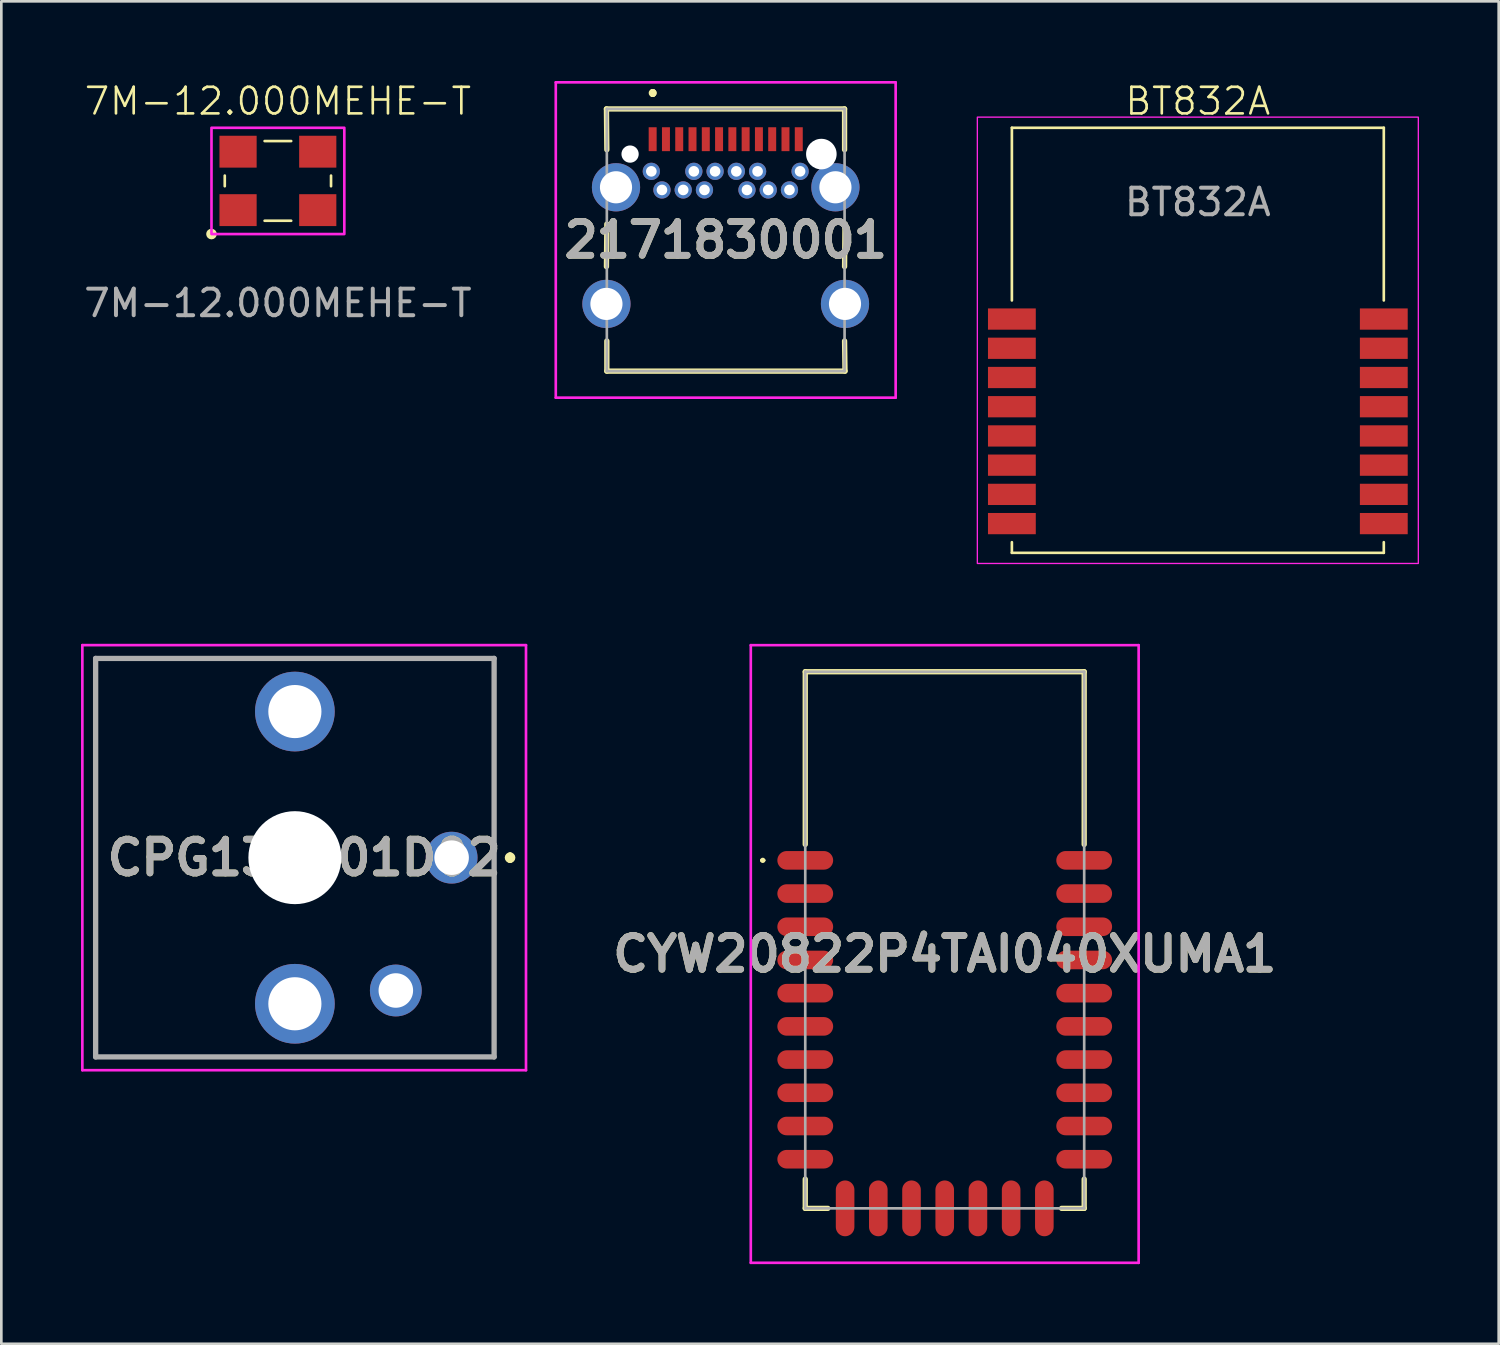
<source format=kicad_pcb>
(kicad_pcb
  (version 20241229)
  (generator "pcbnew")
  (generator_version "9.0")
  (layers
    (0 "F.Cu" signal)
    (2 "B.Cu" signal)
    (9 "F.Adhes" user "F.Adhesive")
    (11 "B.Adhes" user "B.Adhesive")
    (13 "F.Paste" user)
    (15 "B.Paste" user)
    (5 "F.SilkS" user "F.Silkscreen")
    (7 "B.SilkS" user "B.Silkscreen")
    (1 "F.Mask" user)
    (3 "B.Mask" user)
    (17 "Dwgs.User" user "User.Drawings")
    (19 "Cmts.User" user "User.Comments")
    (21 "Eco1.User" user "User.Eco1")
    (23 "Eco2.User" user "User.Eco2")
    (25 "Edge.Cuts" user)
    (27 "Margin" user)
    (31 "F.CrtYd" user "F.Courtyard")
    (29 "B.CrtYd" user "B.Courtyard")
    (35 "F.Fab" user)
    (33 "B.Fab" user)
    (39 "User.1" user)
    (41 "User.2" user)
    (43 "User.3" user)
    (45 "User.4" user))
  (footprint "7M-12.000MEHE-T"
    (layer "F.Cu")
    (at 7.411 3.76)
    (property "Reference" "7M-12.000MEHE-T" (at 0 -3 0) (unlocked yes) (layer "F.SilkS") (effects (font (size 1 1) (thickness 0.1))))
    (attr smd)
    (fp_line (start -2 0.2) (end -2 -0.2) (stroke (width 0.1) (type default)) (layer "F.SilkS"))
    (fp_line (start -0.5 -1.5) (end 0.5 -1.5) (stroke (width 0.1) (type default)) (layer "F.SilkS"))
    (fp_line (start -0.5 1.5) (end 0.5 1.5) (stroke (width 0.1) (type default)) (layer "F.SilkS"))
    (fp_line (start 2 -0.2) (end 2 0.2) (stroke (width 0.1) (type default)) (layer "F.SilkS"))
    (fp_circle (center -2.5 2) (end -2.4 2) (stroke (width 0.2) (type default)) (fill no) (layer "F.SilkS"))
    (fp_rect (start -2.5 -2) (end 2.5 2) (stroke (width 0.1) (type default)) (fill no) (layer "F.CrtYd"))
    (fp_text user "${REFERENCE}" (at 0 4.6 0) (unlocked yes) (layer "F.Fab") (effects (font (size 1 1) (thickness 0.15))))
    (pad "1" smd rect (at -1.5 1.1) (size 1.4 1.2) (layers "F.Cu" "F.Mask" "F.Paste"))
    (pad "2" smd rect (at 1.5 1.1) (size 1.4 1.2) (layers "F.Cu" "F.Mask" "F.Paste"))
    (pad "3" smd rect (at 1.5 -1.1) (size 1.4 1.2) (layers "F.Cu" "F.Mask" "F.Paste"))
    (pad "4" smd rect (at -1.5 -1.1) (size 1.4 1.2) (layers "F.Cu" "F.Mask" "F.Paste")))
  (footprint "BT832A"
    (layer "F.Cu")
    (at 42.04 8.56)
    (property "Reference" "BT832A" (at 0 -7.8 0) (unlocked yes) (layer "F.SilkS") (effects (font (size 1 1) (thickness 0.1))))
    (attr smd)
    (fp_line (start -7 -6.8) (end -7 -0.3) (stroke (width 0.1) (type default)) (layer "F.SilkS"))
    (fp_line (start -7 -6.8) (end 7 -6.8) (stroke (width 0.1) (type default)) (layer "F.SilkS"))
    (fp_line (start -7 9.2) (end -7 8.8) (stroke (width 0.1) (type default)) (layer "F.SilkS"))
    (fp_line (start -7 9.2) (end 7 9.2) (stroke (width 0.1) (type default)) (layer "F.SilkS"))
    (fp_line (start 7 -6.8) (end 7 -0.3) (stroke (width 0.1) (type default)) (layer "F.SilkS"))
    (fp_line (start 7 9.2) (end 7 8.8) (stroke (width 0.1) (type default)) (layer "F.SilkS"))
    (fp_rect (start -8.3 9.6) (end 8.3 -7.2) (stroke (width 0.05) (type default)) (fill no) (layer "F.CrtYd"))
    (fp_text user "${REFERENCE}" (at 0 -4 0) (unlocked yes) (layer "F.Fab") (effects (font (size 1 1) (thickness 0.15))))
    (pad "1" smd rect (at -7 0.4) (size 1.8 0.8) (layers "F.Cu" "F.Mask" "F.Paste"))
    (pad "2" smd rect (at -7 1.5) (size 1.8 0.8) (layers "F.Cu" "F.Mask" "F.Paste"))
    (pad "3" smd rect (at -7 2.6) (size 1.8 0.8) (layers "F.Cu" "F.Mask" "F.Paste"))
    (pad "4" smd rect (at -7 3.7) (size 1.8 0.8) (layers "F.Cu" "F.Mask" "F.Paste"))
    (pad "5" smd rect (at -7 4.8) (size 1.8 0.8) (layers "F.Cu" "F.Mask" "F.Paste"))
    (pad "6" smd rect (at -7 5.9) (size 1.8 0.8) (layers "F.Cu" "F.Mask" "F.Paste"))
    (pad "7" smd rect (at -7 7) (size 1.8 0.8) (layers "F.Cu" "F.Mask" "F.Paste"))
    (pad "8" smd rect (at -7 8.1) (size 1.8 0.8) (layers "F.Cu" "F.Mask" "F.Paste"))
    (pad "9" smd rect (at 7 8.1) (size 1.8 0.8) (layers "F.Cu" "F.Mask" "F.Paste"))
    (pad "10" smd rect (at 7 7) (size 1.8 0.8) (layers "F.Cu" "F.Mask" "F.Paste"))
    (pad "11" smd rect (at 7 5.9) (size 1.8 0.8) (layers "F.Cu" "F.Mask" "F.Paste"))
    (pad "12" smd rect (at 7 4.8) (size 1.8 0.8) (layers "F.Cu" "F.Mask" "F.Paste"))
    (pad "13" smd rect (at 7 3.7) (size 1.8 0.8) (layers "F.Cu" "F.Mask" "F.Paste"))
    (pad "14" smd rect (at 7 2.6) (size 1.8 0.8) (layers "F.Cu" "F.Mask" "F.Paste"))
    (pad "15" smd rect (at 7 1.5) (size 1.8 0.8) (layers "F.Cu" "F.Mask" "F.Paste"))
    (pad "16" smd rect (at 7 0.4) (size 1.8 0.8) (layers "F.Cu" "F.Mask" "F.Paste")))
  (footprint "CYW20822P4TAI040XUMA1"
    (layer "F.Cu")
    (at 32.512 32.336)
    (property "Reference" "CYW20822P4TAI040XUMA1" (at 0 0.525 0) (layer "F.SilkS") (effects (font (size 1.27 1.27) (thickness 0.254))))
    (attr smd)
    (fp_line (start -6.9 -3) (end -6.9 -3) (stroke (width 0.1) (type solid)) (layer "F.SilkS"))
    (fp_line (start -6.8 -3) (end -6.8 -3) (stroke (width 0.1) (type solid)) (layer "F.SilkS"))
    (fp_line (start -5.25 -10.1) (end 5.25 -10.1) (stroke (width 0.2) (type solid)) (layer "F.SilkS"))
    (fp_line (start -5.25 -3.6) (end -5.25 -10.1) (stroke (width 0.2) (type solid)) (layer "F.SilkS"))
    (fp_line (start -5.25 9) (end -5.25 10.1) (stroke (width 0.2) (type solid)) (layer "F.SilkS"))
    (fp_line (start -5.25 10.1) (end -4.4 10.1) (stroke (width 0.2) (type solid)) (layer "F.SilkS"))
    (fp_line (start 4.4 10.1) (end 5.25 10.1) (stroke (width 0.2) (type solid)) (layer "F.SilkS"))
    (fp_line (start 5.25 -10.1) (end 5.25 -3.6) (stroke (width 0.2) (type solid)) (layer "F.SilkS"))
    (fp_line (start 5.25 10.1) (end 5.25 9) (stroke (width 0.2) (type solid)) (layer "F.SilkS"))
    (fp_arc (start -6.9 -3) (mid -6.85 -3.05) (end -6.8 -3) (stroke (width 0.1) (type solid)) (layer "F.SilkS"))
    (fp_arc (start -6.8 -3) (mid -6.85 -2.95) (end -6.9 -3) (stroke (width 0.1) (type solid)) (layer "F.SilkS"))
    (fp_line (start -7.3 -11.1) (end 7.3 -11.1) (stroke (width 0.1) (type solid)) (layer "F.CrtYd"))
    (fp_line (start -7.3 12.15) (end -7.3 -11.1) (stroke (width 0.1) (type solid)) (layer "F.CrtYd"))
    (fp_line (start 7.3 -11.1) (end 7.3 12.15) (stroke (width 0.1) (type solid)) (layer "F.CrtYd"))
    (fp_line (start 7.3 12.15) (end -7.3 12.15) (stroke (width 0.1) (type solid)) (layer "F.CrtYd"))
    (fp_line (start -5.25 -10.1) (end -5.25 10.1) (stroke (width 0.1) (type solid)) (layer "F.Fab"))
    (fp_line (start -5.25 10.1) (end 5.25 10.1) (stroke (width 0.1) (type solid)) (layer "F.Fab"))
    (fp_line (start 5.25 -10.1) (end -5.25 -10.1) (stroke (width 0.1) (type solid)) (layer "F.Fab"))
    (fp_line (start 5.25 10.1) (end 5.25 -10.1) (stroke (width 0.1) (type solid)) (layer "F.Fab"))
    (fp_text user "${REFERENCE}" (at 0 0.525 0) (layer "F.Fab") (effects (font (size 1.27 1.27) (thickness 0.254))))
    (pad "1" smd oval (at -5.25 -3 90) (size 0.7 2.1) (layers "F.Cu" "F.Mask" "F.Paste"))
    (pad "2" smd oval (at -5.25 -1.75 90) (size 0.7 2.1) (layers "F.Cu" "F.Mask" "F.Paste"))
    (pad "3" smd oval (at -5.25 -0.5 90) (size 0.7 2.1) (layers "F.Cu" "F.Mask" "F.Paste"))
    (pad "4" smd oval (at -5.25 0.75 90) (size 0.7 2.1) (layers "F.Cu" "F.Mask" "F.Paste"))
    (pad "5" smd oval (at -5.25 2 90) (size 0.7 2.1) (layers "F.Cu" "F.Mask" "F.Paste"))
    (pad "6" smd oval (at -5.25 3.25 90) (size 0.7 2.1) (layers "F.Cu" "F.Mask" "F.Paste"))
    (pad "7" smd oval (at -5.25 4.5 90) (size 0.7 2.1) (layers "F.Cu" "F.Mask" "F.Paste"))
    (pad "8" smd oval (at -5.25 5.75 90) (size 0.7 2.1) (layers "F.Cu" "F.Mask" "F.Paste"))
    (pad "9" smd oval (at -5.25 7 90) (size 0.7 2.1) (layers "F.Cu" "F.Mask" "F.Paste"))
    (pad "10" smd oval (at -5.25 8.25 90) (size 0.7 2.1) (layers "F.Cu" "F.Mask" "F.Paste"))
    (pad "11" smd oval (at -3.75 10.1) (size 0.7 2.1) (layers "F.Cu" "F.Mask" "F.Paste"))
    (pad "12" smd oval (at -2.5 10.1) (size 0.7 2.1) (layers "F.Cu" "F.Mask" "F.Paste"))
    (pad "13" smd oval (at -1.25 10.1) (size 0.7 2.1) (layers "F.Cu" "F.Mask" "F.Paste"))
    (pad "14" smd oval (at 0 10.1) (size 0.7 2.1) (layers "F.Cu" "F.Mask" "F.Paste"))
    (pad "15" smd oval (at 1.25 10.1) (size 0.7 2.1) (layers "F.Cu" "F.Mask" "F.Paste"))
    (pad "16" smd oval (at 2.5 10.1) (size 0.7 2.1) (layers "F.Cu" "F.Mask" "F.Paste"))
    (pad "17" smd oval (at 3.75 10.1) (size 0.7 2.1) (layers "F.Cu" "F.Mask" "F.Paste"))
    (pad "18" smd oval (at 5.25 8.25 90) (size 0.7 2.1) (layers "F.Cu" "F.Mask" "F.Paste"))
    (pad "19" smd oval (at 5.25 7 90) (size 0.7 2.1) (layers "F.Cu" "F.Mask" "F.Paste"))
    (pad "20" smd oval (at 5.25 5.75 90) (size 0.7 2.1) (layers "F.Cu" "F.Mask" "F.Paste"))
    (pad "21" smd oval (at 5.25 4.5 90) (size 0.7 2.1) (layers "F.Cu" "F.Mask" "F.Paste"))
    (pad "22" smd oval (at 5.25 3.25 90) (size 0.7 2.1) (layers "F.Cu" "F.Mask" "F.Paste"))
    (pad "23" smd oval (at 5.25 2 90) (size 0.7 2.1) (layers "F.Cu" "F.Mask" "F.Paste"))
    (pad "24" smd oval (at 5.25 0.75 90) (size 0.7 2.1) (layers "F.Cu" "F.Mask" "F.Paste"))
    (pad "25" smd oval (at 5.25 -0.5 90) (size 0.7 2.1) (layers "F.Cu" "F.Mask" "F.Paste"))
    (pad "26" smd oval (at 5.25 -1.75 90) (size 0.7 2.1) (layers "F.Cu" "F.Mask" "F.Paste"))
    (pad "27" smd oval (at 5.25 -3 90) (size 0.7 2.1) (layers "F.Cu" "F.Mask" "F.Paste")))
  (footprint "CPG135001D02"
    (layer "F.Cu")
    (at 13.95 29.235)
    (property "Reference" "CPG135001D02" (at -5.55 0 0) (layer "F.SilkS") (effects (font (size 1.27 1.27) (thickness 0.254))))
    (attr through_hole)
    (fp_line (start -13.4 -7.5) (end -13.4 7.5) (stroke (width 0.1) (type solid)) (layer "F.SilkS"))
    (fp_line (start -13.4 7.5) (end 1.6 7.5) (stroke (width 0.1) (type solid)) (layer "F.SilkS"))
    (fp_line (start 1.6 -7.5) (end -13.4 -7.5) (stroke (width 0.1) (type solid)) (layer "F.SilkS"))
    (fp_line (start 1.6 7.5) (end 1.6 -7.5) (stroke (width 0.1) (type solid)) (layer "F.SilkS"))
    (fp_line (start 2.2 -0.1) (end 2.2 -0.1) (stroke (width 0.2) (type solid)) (layer "F.SilkS"))
    (fp_line (start 2.2 0.1) (end 2.2 0.1) (stroke (width 0.2) (type solid)) (layer "F.SilkS"))
    (fp_arc (start 2.2 -0.1) (mid 2.3 0) (end 2.2 0.1) (stroke (width 0.2) (type solid)) (layer "F.SilkS"))
    (fp_arc (start 2.2 0.1) (mid 2.1 0) (end 2.2 -0.1) (stroke (width 0.2) (type solid)) (layer "F.SilkS"))
    (fp_line (start -13.9 -8) (end -13.9 8) (stroke (width 0.1) (type solid)) (layer "F.CrtYd"))
    (fp_line (start -13.9 8) (end 2.8 8) (stroke (width 0.1) (type solid)) (layer "F.CrtYd"))
    (fp_line (start 2.8 -8) (end -13.9 -8) (stroke (width 0.1) (type solid)) (layer "F.CrtYd"))
    (fp_line (start 2.8 8) (end 2.8 -8) (stroke (width 0.1) (type solid)) (layer "F.CrtYd"))
    (fp_line (start -13.4 -7.5) (end -13.4 7.5) (stroke (width 0.2) (type solid)) (layer "F.Fab"))
    (fp_line (start -13.4 7.5) (end 1.6 7.5) (stroke (width 0.2) (type solid)) (layer "F.Fab"))
    (fp_line (start 1.6 -7.5) (end -13.4 -7.5) (stroke (width 0.2) (type solid)) (layer "F.Fab"))
    (fp_line (start 1.6 7.5) (end 1.6 -7.5) (stroke (width 0.2) (type solid)) (layer "F.Fab"))
    (fp_text user "${REFERENCE}" (at -5.55 0 0) (layer "F.Fab") (effects (font (size 1.27 1.27) (thickness 0.254))))
    (pad "" np_thru_hole circle (at -5.9 0) (size 3.5 3.5) (drill 3.5) (layers "*.Cu" "*.Mask"))
    (pad "1" thru_hole circle (at 0 0) (size 1.95 1.95) (drill 1.3) (layers "*.Cu" "*.Mask"))
    (pad "2" thru_hole circle (at -2.1 5) (size 1.95 1.95) (drill 1.3) (layers "*.Cu" "*.Mask"))
    (pad "MH2" thru_hole circle (at -5.9 -5.5) (size 3 3) (drill 2) (layers "*.Cu" "*.Mask"))
    (pad "MH3" thru_hole circle (at -5.9 5.5) (size 3 3) (drill 2) (layers "*.Cu" "*.Mask")))
  (footprint "2171830001"
    (layer "F.Cu")
    (at 24.268 5.985)
    (property "Reference" "2171830001" (at 0 0 0) (layer "F.SilkS") (effects (font (size 1.27 1.27) (thickness 0.254))))
    (attr through_hole)
    (fp_line (start -4.49 -4.935) (end 4.474 -4.935) (stroke (width 0.2) (type solid)) (layer "F.SilkS"))
    (fp_line (start -4.475 -3.4) (end -4.49 -4.935) (stroke (width 0.2) (type solid)) (layer "F.SilkS"))
    (fp_line (start -4.475 -0.6) (end -4.49 1) (stroke (width 0.2) (type solid)) (layer "F.SilkS"))
    (fp_line (start -4.475 3.8) (end -4.475 4.935) (stroke (width 0.2) (type solid)) (layer "F.SilkS"))
    (fp_line (start -4.475 4.935) (end 4.49 4.935) (stroke (width 0.2) (type solid)) (layer "F.SilkS"))
    (fp_line (start -2.75 -5.585) (end -2.75 -5.585) (stroke (width 0.2) (type solid)) (layer "F.SilkS"))
    (fp_line (start -2.75 -5.485) (end -2.75 -5.485) (stroke (width 0.2) (type solid)) (layer "F.SilkS"))
    (fp_line (start -2.75 -5.485) (end -2.75 -5.485) (stroke (width 0.2) (type solid)) (layer "F.SilkS"))
    (fp_line (start 4.474 -4.935) (end 4.474 -3.4) (stroke (width 0.2) (type solid)) (layer "F.SilkS"))
    (fp_line (start 4.49 -0.6) (end 4.474 1) (stroke (width 0.2) (type solid)) (layer "F.SilkS"))
    (fp_line (start 4.49 4.935) (end 4.474 3.8) (stroke (width 0.2) (type solid)) (layer "F.SilkS"))
    (fp_arc (start -2.751 -5.485) (mid -2.8005 -5.5355) (end -2.75 -5.585) (stroke (width 0.2) (type solid)) (layer "F.SilkS"))
    (fp_arc (start -2.75 -5.585) (mid -2.7 -5.535) (end -2.75 -5.485) (stroke (width 0.2) (type solid)) (layer "F.SilkS"))
    (fp_arc (start -2.75 -5.585) (mid -2.7 -5.535) (end -2.75 -5.485) (stroke (width 0.2) (type solid)) (layer "F.SilkS"))
    (fp_line (start -6.397 -5.935) (end 6.397 -5.935) (stroke (width 0.1) (type solid)) (layer "F.CrtYd"))
    (fp_line (start -6.397 5.935) (end -6.397 -5.935) (stroke (width 0.1) (type solid)) (layer "F.CrtYd"))
    (fp_line (start 6.397 -5.935) (end 6.397 5.935) (stroke (width 0.1) (type solid)) (layer "F.CrtYd"))
    (fp_line (start 6.397 5.935) (end -6.397 5.935) (stroke (width 0.1) (type solid)) (layer "F.CrtYd"))
    (fp_line (start -4.475 -4.935) (end 4.474 -4.935) (stroke (width 0.1) (type solid)) (layer "F.Fab"))
    (fp_line (start -4.475 4.935) (end -4.475 -4.935) (stroke (width 0.1) (type solid)) (layer "F.Fab"))
    (fp_line (start 4.474 -4.935) (end 4.474 4.935) (stroke (width 0.1) (type solid)) (layer "F.Fab"))
    (fp_line (start 4.474 4.935) (end -4.475 4.935) (stroke (width 0.1) (type solid)) (layer "F.Fab"))
    (fp_text user "${REFERENCE}" (at 0 0 0) (layer "F.Fab") (effects (font (size 1.27 1.27) (thickness 0.254))))
    (pad "" np_thru_hole circle (at -3.6 -3.235) (size 0.65 0.65) (drill 0.65) (layers "*.Cu" "*.Mask"))
    (pad "" np_thru_hole circle (at 3.6 -3.235) (size 1.15 1.15) (drill 1.15) (layers "*.Cu" "*.Mask"))
    (pad "A1" smd rect (at -2.75 -3.795) (size 0.3 0.9) (layers "F.Cu" "F.Mask" "F.Paste"))
    (pad "A2" smd rect (at -2.25 -3.795) (size 0.3 0.9) (layers "F.Cu" "F.Mask" "F.Paste"))
    (pad "A3" smd rect (at -1.75 -3.795) (size 0.3 0.9) (layers "F.Cu" "F.Mask" "F.Paste"))
    (pad "A4" smd rect (at -1.25 -3.795) (size 0.3 0.9) (layers "F.Cu" "F.Mask" "F.Paste"))
    (pad "A5" smd rect (at -0.75 -3.795) (size 0.3 0.9) (layers "F.Cu" "F.Mask" "F.Paste"))
    (pad "A6" smd rect (at -0.25 -3.795) (size 0.3 0.9) (layers "F.Cu" "F.Mask" "F.Paste"))
    (pad "A7" smd rect (at 0.25 -3.795) (size 0.3 0.9) (layers "F.Cu" "F.Mask" "F.Paste"))
    (pad "A8" smd rect (at 0.75 -3.795) (size 0.3 0.9) (layers "F.Cu" "F.Mask" "F.Paste"))
    (pad "A9" smd rect (at 1.25 -3.795) (size 0.3 0.9) (layers "F.Cu" "F.Mask" "F.Paste"))
    (pad "A10" smd rect (at 1.75 -3.795) (size 0.3 0.9) (layers "F.Cu" "F.Mask" "F.Paste"))
    (pad "A11" smd rect (at 2.25 -3.795) (size 0.3 0.9) (layers "F.Cu" "F.Mask" "F.Paste"))
    (pad "A12" smd rect (at 2.75 -3.795) (size 0.3 0.9) (layers "F.Cu" "F.Mask" "F.Paste"))
    (pad "B1" thru_hole circle (at 2.8 -2.585) (size 0.65 0.65) (drill 0.4) (layers "*.Cu" "*.Mask"))
    (pad "B2" thru_hole circle (at 2.4 -1.885) (size 0.65 0.65) (drill 0.4) (layers "*.Cu" "*.Mask"))
    (pad "B3" thru_hole circle (at 1.6 -1.885) (size 0.65 0.65) (drill 0.4) (layers "*.Cu" "*.Mask"))
    (pad "B4" thru_hole circle (at 1.2 -2.585) (size 0.65 0.65) (drill 0.4) (layers "*.Cu" "*.Mask"))
    (pad "B5" thru_hole circle (at 0.8 -1.885) (size 0.65 0.65) (drill 0.4) (layers "*.Cu" "*.Mask"))
    (pad "B6" thru_hole circle (at 0.4 -2.585) (size 0.65 0.65) (drill 0.4) (layers "*.Cu" "*.Mask"))
    (pad "B7" thru_hole circle (at -0.4 -2.585) (size 0.65 0.65) (drill 0.4) (layers "*.Cu" "*.Mask"))
    (pad "B8" thru_hole circle (at -0.8 -1.885) (size 0.65 0.65) (drill 0.4) (layers "*.Cu" "*.Mask"))
    (pad "B9" thru_hole circle (at -1.2 -2.585) (size 0.65 0.65) (drill 0.4) (layers "*.Cu" "*.Mask"))
    (pad "B10" thru_hole circle (at -1.6 -1.885) (size 0.65 0.65) (drill 0.4) (layers "*.Cu" "*.Mask"))
    (pad "B11" thru_hole circle (at -2.4 -1.885) (size 0.65 0.65) (drill 0.4) (layers "*.Cu" "*.Mask"))
    (pad "B12" thru_hole circle (at -2.8 -2.585) (size 0.65 0.65) (drill 0.4) (layers "*.Cu" "*.Mask"))
    (pad "MH1" thru_hole circle (at -4.13 -1.985) (size 1.815 1.815) (drill 1.21) (layers "*.Cu" "*.Mask"))
    (pad "MH2" thru_hole circle (at -4.49 2.405) (size 1.815 1.815) (drill 1.21) (layers "*.Cu" "*.Mask"))
    (pad "MH3" thru_hole circle (at 4.49 2.405) (size 1.815 1.815) (drill 1.21) (layers "*.Cu" "*.Mask"))
    (pad "MH4" thru_hole circle (at 4.13 -1.985) (size 1.815 1.815) (drill 1.21) (layers "*.Cu" "*.Mask")))
  (gr_rect
    (start -3 -3)
    (end 53.365 47.535)
    (stroke (width 0.1) (type default))
    (fill no)
    (layer "Edge.Cuts")))
</source>
